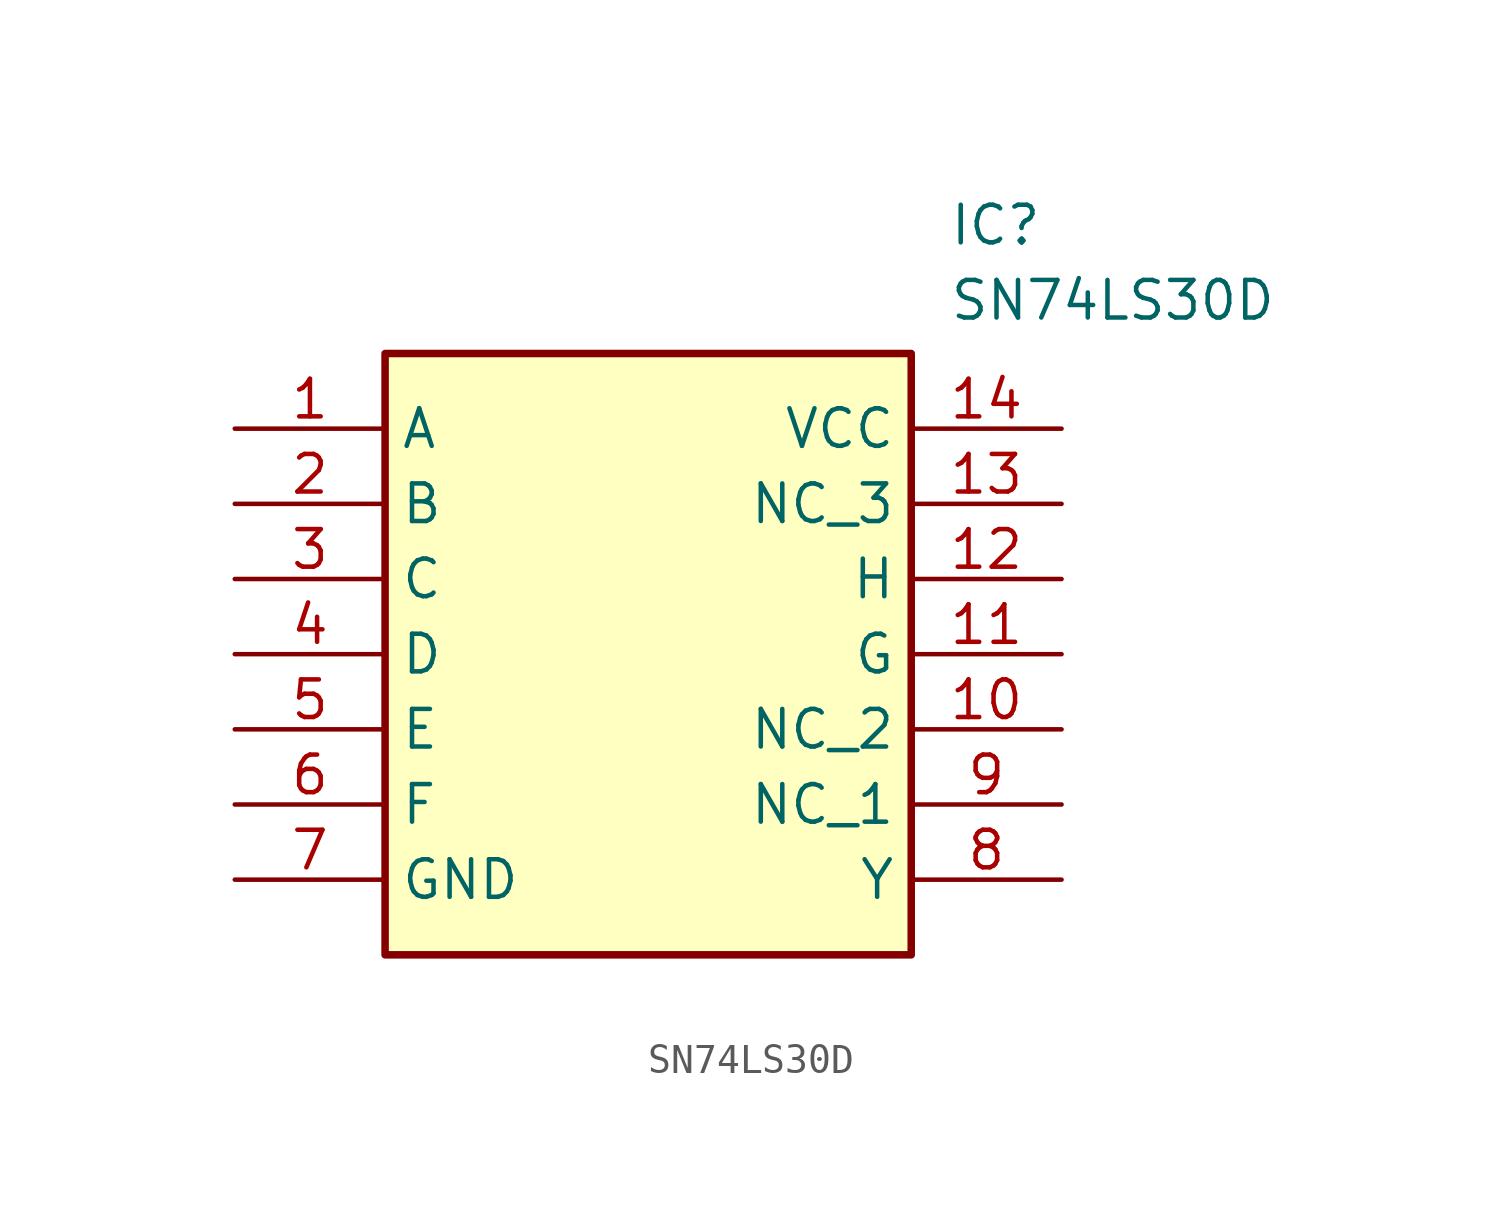
<source format=kicad_sym>
(kicad_symbol_lib
  (version 20211014)
  (generator SamacSys_ECAD_Model)
  (symbol "SN74LS30D"
    (property "Reference" "IC"
      (at 24.13 7.62 0)
      (effects (font (size 1.27 1.27)) (justify left top)))
    (property "Value" "SN74LS30D"
      (at 24.13 5.08 0)
      (effects (font (size 1.27 1.27)) (justify left top)))
    (rectangle
      (start 5.08 2.54)
      (end 22.86 -17.78)
      (stroke (width 0.254) (type default))
      (fill (type background)))
    (pin passive line
      (at 0 0 0)
      (length 5.08)
      (name "A" (effects (font (size 1.27 1.27))))
      (number "1" (effects (font (size 1.27 1.27)))))
    (pin passive line
      (at 0 -2.54 0)
      (length 5.08)
      (name "B" (effects (font (size 1.27 1.27))))
      (number "2" (effects (font (size 1.27 1.27)))))
    (pin passive line
      (at 0 -5.08 0)
      (length 5.08)
      (name "C" (effects (font (size 1.27 1.27))))
      (number "3" (effects (font (size 1.27 1.27)))))
    (pin passive line
      (at 0 -7.62 0)
      (length 5.08)
      (name "D" (effects (font (size 1.27 1.27))))
      (number "4" (effects (font (size 1.27 1.27)))))
    (pin passive line
      (at 0 -10.16 0)
      (length 5.08)
      (name "E" (effects (font (size 1.27 1.27))))
      (number "5" (effects (font (size 1.27 1.27)))))
    (pin passive line
      (at 0 -12.7 0)
      (length 5.08)
      (name "F" (effects (font (size 1.27 1.27))))
      (number "6" (effects (font (size 1.27 1.27)))))
    (pin passive line
      (at 0 -15.24 0)
      (length 5.08)
      (name "GND" (effects (font (size 1.27 1.27))))
      (number "7" (effects (font (size 1.27 1.27)))))
    (pin passive line
      (at 27.94 0 180)
      (length 5.08)
      (name "VCC" (effects (font (size 1.27 1.27))))
      (number "14" (effects (font (size 1.27 1.27)))))
    (pin passive line
      (at 27.94 -2.54 180)
      (length 5.08)
      (name "NC_3" (effects (font (size 1.27 1.27))))
      (number "13" (effects (font (size 1.27 1.27)))))
    (pin passive line
      (at 27.94 -5.08 180)
      (length 5.08)
      (name "H" (effects (font (size 1.27 1.27))))
      (number "12" (effects (font (size 1.27 1.27)))))
    (pin passive line
      (at 27.94 -7.62 180)
      (length 5.08)
      (name "G" (effects (font (size 1.27 1.27))))
      (number "11" (effects (font (size 1.27 1.27)))))
    (pin passive line
      (at 27.94 -10.16 180)
      (length 5.08)
      (name "NC_2" (effects (font (size 1.27 1.27))))
      (number "10" (effects (font (size 1.27 1.27)))))
    (pin passive line
      (at 27.94 -12.7 180)
      (length 5.08)
      (name "NC_1" (effects (font (size 1.27 1.27))))
      (number "9" (effects (font (size 1.27 1.27)))))
    (pin passive line
      (at 27.94 -15.24 180)
      (length 5.08)
      (name "Y" (effects (font (size 1.27 1.27))))
      (number "8" (effects (font (size 1.27 1.27)))))))
</source>
